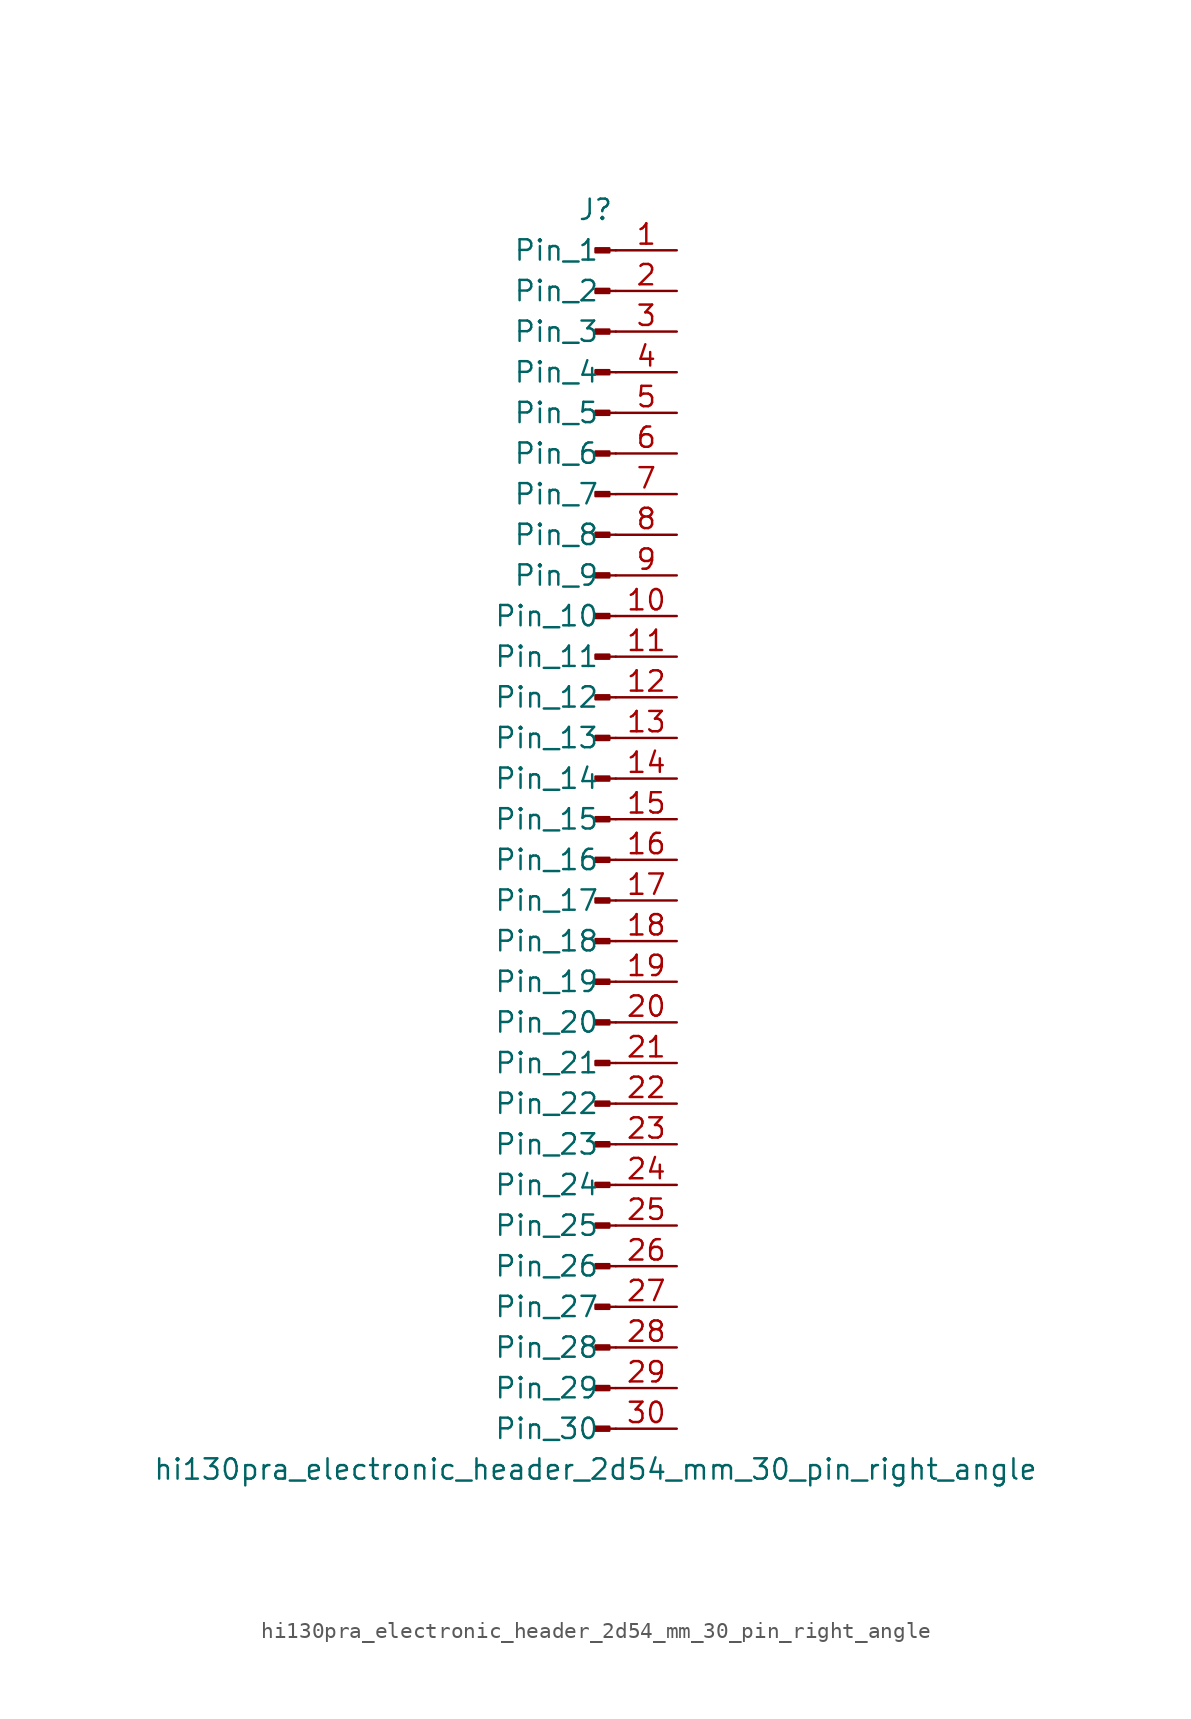
<source format=kicad_sym>
(kicad_symbol_lib
  (version 20220914)
  (generator kicad_symbol_editor)
  (symbol "hi130pra_electronic_header_2d54_mm_30_pin_right_angle"
    (pin_names
      (offset 1.016))
    (property "Reference" "J"
      (at 0 38.1 0)
      (effects (font (size 1.27 1.27))))
    (property "Value" "hi130pra_electronic_header_2d54_mm_30_pin_right_angle"
      (at 0 -40.64 0)
      (effects (font (size 1.27 1.27))))
    (property "ki_locked" ""
      (at 0 0 0)
      (effects (font (size 1.27 1.27))))
    (symbol "hi130pra_electronic_header_2d54_mm_30_pin_right_angle_1_1"
      (polyline (pts (xy 1.27 -38.1) (xy 0.864 -38.1)) (stroke (width 0.152) (type default)) (fill (type none)))
      (polyline (pts (xy 1.27 -35.56) (xy 0.864 -35.56)) (stroke (width 0.152) (type default)) (fill (type none)))
      (polyline (pts (xy 1.27 -33.02) (xy 0.864 -33.02)) (stroke (width 0.152) (type default)) (fill (type none)))
      (polyline (pts (xy 1.27 -30.48) (xy 0.864 -30.48)) (stroke (width 0.152) (type default)) (fill (type none)))
      (polyline (pts (xy 1.27 -27.94) (xy 0.864 -27.94)) (stroke (width 0.152) (type default)) (fill (type none)))
      (polyline (pts (xy 1.27 -25.4) (xy 0.864 -25.4)) (stroke (width 0.152) (type default)) (fill (type none)))
      (polyline (pts (xy 1.27 -22.86) (xy 0.864 -22.86)) (stroke (width 0.152) (type default)) (fill (type none)))
      (polyline (pts (xy 1.27 -20.32) (xy 0.864 -20.32)) (stroke (width 0.152) (type default)) (fill (type none)))
      (polyline (pts (xy 1.27 -17.78) (xy 0.864 -17.78)) (stroke (width 0.152) (type default)) (fill (type none)))
      (polyline (pts (xy 1.27 -15.24) (xy 0.864 -15.24)) (stroke (width 0.152) (type default)) (fill (type none)))
      (polyline (pts (xy 1.27 -12.7) (xy 0.864 -12.7)) (stroke (width 0.152) (type default)) (fill (type none)))
      (polyline (pts (xy 1.27 -10.16) (xy 0.864 -10.16)) (stroke (width 0.152) (type default)) (fill (type none)))
      (polyline (pts (xy 1.27 -7.62) (xy 0.864 -7.62)) (stroke (width 0.152) (type default)) (fill (type none)))
      (polyline (pts (xy 1.27 -5.08) (xy 0.864 -5.08)) (stroke (width 0.152) (type default)) (fill (type none)))
      (polyline (pts (xy 1.27 -2.54) (xy 0.864 -2.54)) (stroke (width 0.152) (type default)) (fill (type none)))
      (polyline (pts (xy 1.27 0) (xy 0.864 0)) (stroke (width 0.152) (type default)) (fill (type none)))
      (polyline (pts (xy 1.27 2.54) (xy 0.864 2.54)) (stroke (width 0.152) (type default)) (fill (type none)))
      (polyline (pts (xy 1.27 5.08) (xy 0.864 5.08)) (stroke (width 0.152) (type default)) (fill (type none)))
      (polyline (pts (xy 1.27 7.62) (xy 0.864 7.62)) (stroke (width 0.152) (type default)) (fill (type none)))
      (polyline (pts (xy 1.27 10.16) (xy 0.864 10.16)) (stroke (width 0.152) (type default)) (fill (type none)))
      (polyline (pts (xy 1.27 12.7) (xy 0.864 12.7)) (stroke (width 0.152) (type default)) (fill (type none)))
      (polyline (pts (xy 1.27 15.24) (xy 0.864 15.24)) (stroke (width 0.152) (type default)) (fill (type none)))
      (polyline (pts (xy 1.27 17.78) (xy 0.864 17.78)) (stroke (width 0.152) (type default)) (fill (type none)))
      (polyline (pts (xy 1.27 20.32) (xy 0.864 20.32)) (stroke (width 0.152) (type default)) (fill (type none)))
      (polyline (pts (xy 1.27 22.86) (xy 0.864 22.86)) (stroke (width 0.152) (type default)) (fill (type none)))
      (polyline (pts (xy 1.27 25.4) (xy 0.864 25.4)) (stroke (width 0.152) (type default)) (fill (type none)))
      (polyline (pts (xy 1.27 27.94) (xy 0.864 27.94)) (stroke (width 0.152) (type default)) (fill (type none)))
      (polyline (pts (xy 1.27 30.48) (xy 0.864 30.48)) (stroke (width 0.152) (type default)) (fill (type none)))
      (polyline (pts (xy 1.27 33.02) (xy 0.864 33.02)) (stroke (width 0.152) (type default)) (fill (type none)))
      (polyline (pts (xy 1.27 35.56) (xy 0.864 35.56)) (stroke (width 0.152) (type default)) (fill (type none)))
      (rectangle (start 0.864 -37.973) (end 0 -38.227) (stroke (width 0.152) (type default)) (fill (type outline)))
      (rectangle (start 0.864 -35.433) (end 0 -35.687) (stroke (width 0.152) (type default)) (fill (type outline)))
      (rectangle (start 0.864 -32.893) (end 0 -33.147) (stroke (width 0.152) (type default)) (fill (type outline)))
      (rectangle (start 0.864 -30.353) (end 0 -30.607) (stroke (width 0.152) (type default)) (fill (type outline)))
      (rectangle (start 0.864 -27.813) (end 0 -28.067) (stroke (width 0.152) (type default)) (fill (type outline)))
      (rectangle (start 0.864 -25.273) (end 0 -25.527) (stroke (width 0.152) (type default)) (fill (type outline)))
      (rectangle (start 0.864 -22.733) (end 0 -22.987) (stroke (width 0.152) (type default)) (fill (type outline)))
      (rectangle (start 0.864 -20.193) (end 0 -20.447) (stroke (width 0.152) (type default)) (fill (type outline)))
      (rectangle (start 0.864 -17.653) (end 0 -17.907) (stroke (width 0.152) (type default)) (fill (type outline)))
      (rectangle (start 0.864 -15.113) (end 0 -15.367) (stroke (width 0.152) (type default)) (fill (type outline)))
      (rectangle (start 0.864 -12.573) (end 0 -12.827) (stroke (width 0.152) (type default)) (fill (type outline)))
      (rectangle (start 0.864 -10.033) (end 0 -10.287) (stroke (width 0.152) (type default)) (fill (type outline)))
      (rectangle (start 0.864 -7.493) (end 0 -7.747) (stroke (width 0.152) (type default)) (fill (type outline)))
      (rectangle (start 0.864 -4.953) (end 0 -5.207) (stroke (width 0.152) (type default)) (fill (type outline)))
      (rectangle (start 0.864 -2.413) (end 0 -2.667) (stroke (width 0.152) (type default)) (fill (type outline)))
      (rectangle (start 0.864 0.127) (end 0 -0.127) (stroke (width 0.152) (type default)) (fill (type outline)))
      (rectangle (start 0.864 2.667) (end 0 2.413) (stroke (width 0.152) (type default)) (fill (type outline)))
      (rectangle (start 0.864 5.207) (end 0 4.953) (stroke (width 0.152) (type default)) (fill (type outline)))
      (rectangle (start 0.864 7.747) (end 0 7.493) (stroke (width 0.152) (type default)) (fill (type outline)))
      (rectangle (start 0.864 10.287) (end 0 10.033) (stroke (width 0.152) (type default)) (fill (type outline)))
      (rectangle (start 0.864 12.827) (end 0 12.573) (stroke (width 0.152) (type default)) (fill (type outline)))
      (rectangle (start 0.864 15.367) (end 0 15.113) (stroke (width 0.152) (type default)) (fill (type outline)))
      (rectangle (start 0.864 17.907) (end 0 17.653) (stroke (width 0.152) (type default)) (fill (type outline)))
      (rectangle (start 0.864 20.447) (end 0 20.193) (stroke (width 0.152) (type default)) (fill (type outline)))
      (rectangle (start 0.864 22.987) (end 0 22.733) (stroke (width 0.152) (type default)) (fill (type outline)))
      (rectangle (start 0.864 25.527) (end 0 25.273) (stroke (width 0.152) (type default)) (fill (type outline)))
      (rectangle (start 0.864 28.067) (end 0 27.813) (stroke (width 0.152) (type default)) (fill (type outline)))
      (rectangle (start 0.864 30.607) (end 0 30.353) (stroke (width 0.152) (type default)) (fill (type outline)))
      (rectangle (start 0.864 33.147) (end 0 32.893) (stroke (width 0.152) (type default)) (fill (type outline)))
      (rectangle (start 0.864 35.687) (end 0 35.433) (stroke (width 0.152) (type default)) (fill (type outline)))
      (pin passive line (at 5.08 35.56 180) (length 3.81) (name "Pin_1" (effects (font (size 1.27 1.27)))) (number "1" (effects (font (size 1.27 1.27)))))
      (pin passive line (at 5.08 12.7 180) (length 3.81) (name "Pin_10" (effects (font (size 1.27 1.27)))) (number "10" (effects (font (size 1.27 1.27)))))
      (pin passive line (at 5.08 10.16 180) (length 3.81) (name "Pin_11" (effects (font (size 1.27 1.27)))) (number "11" (effects (font (size 1.27 1.27)))))
      (pin passive line (at 5.08 7.62 180) (length 3.81) (name "Pin_12" (effects (font (size 1.27 1.27)))) (number "12" (effects (font (size 1.27 1.27)))))
      (pin passive line (at 5.08 5.08 180) (length 3.81) (name "Pin_13" (effects (font (size 1.27 1.27)))) (number "13" (effects (font (size 1.27 1.27)))))
      (pin passive line (at 5.08 2.54 180) (length 3.81) (name "Pin_14" (effects (font (size 1.27 1.27)))) (number "14" (effects (font (size 1.27 1.27)))))
      (pin passive line (at 5.08 0 180) (length 3.81) (name "Pin_15" (effects (font (size 1.27 1.27)))) (number "15" (effects (font (size 1.27 1.27)))))
      (pin passive line (at 5.08 -2.54 180) (length 3.81) (name "Pin_16" (effects (font (size 1.27 1.27)))) (number "16" (effects (font (size 1.27 1.27)))))
      (pin passive line (at 5.08 -5.08 180) (length 3.81) (name "Pin_17" (effects (font (size 1.27 1.27)))) (number "17" (effects (font (size 1.27 1.27)))))
      (pin passive line (at 5.08 -7.62 180) (length 3.81) (name "Pin_18" (effects (font (size 1.27 1.27)))) (number "18" (effects (font (size 1.27 1.27)))))
      (pin passive line (at 5.08 -10.16 180) (length 3.81) (name "Pin_19" (effects (font (size 1.27 1.27)))) (number "19" (effects (font (size 1.27 1.27)))))
      (pin passive line (at 5.08 33.02 180) (length 3.81) (name "Pin_2" (effects (font (size 1.27 1.27)))) (number "2" (effects (font (size 1.27 1.27)))))
      (pin passive line (at 5.08 -12.7 180) (length 3.81) (name "Pin_20" (effects (font (size 1.27 1.27)))) (number "20" (effects (font (size 1.27 1.27)))))
      (pin passive line (at 5.08 -15.24 180) (length 3.81) (name "Pin_21" (effects (font (size 1.27 1.27)))) (number "21" (effects (font (size 1.27 1.27)))))
      (pin passive line (at 5.08 -17.78 180) (length 3.81) (name "Pin_22" (effects (font (size 1.27 1.27)))) (number "22" (effects (font (size 1.27 1.27)))))
      (pin passive line (at 5.08 -20.32 180) (length 3.81) (name "Pin_23" (effects (font (size 1.27 1.27)))) (number "23" (effects (font (size 1.27 1.27)))))
      (pin passive line (at 5.08 -22.86 180) (length 3.81) (name "Pin_24" (effects (font (size 1.27 1.27)))) (number "24" (effects (font (size 1.27 1.27)))))
      (pin passive line (at 5.08 -25.4 180) (length 3.81) (name "Pin_25" (effects (font (size 1.27 1.27)))) (number "25" (effects (font (size 1.27 1.27)))))
      (pin passive line (at 5.08 -27.94 180) (length 3.81) (name "Pin_26" (effects (font (size 1.27 1.27)))) (number "26" (effects (font (size 1.27 1.27)))))
      (pin passive line (at 5.08 -30.48 180) (length 3.81) (name "Pin_27" (effects (font (size 1.27 1.27)))) (number "27" (effects (font (size 1.27 1.27)))))
      (pin passive line (at 5.08 -33.02 180) (length 3.81) (name "Pin_28" (effects (font (size 1.27 1.27)))) (number "28" (effects (font (size 1.27 1.27)))))
      (pin passive line (at 5.08 -35.56 180) (length 3.81) (name "Pin_29" (effects (font (size 1.27 1.27)))) (number "29" (effects (font (size 1.27 1.27)))))
      (pin passive line (at 5.08 30.48 180) (length 3.81) (name "Pin_3" (effects (font (size 1.27 1.27)))) (number "3" (effects (font (size 1.27 1.27)))))
      (pin passive line (at 5.08 -38.1 180) (length 3.81) (name "Pin_30" (effects (font (size 1.27 1.27)))) (number "30" (effects (font (size 1.27 1.27)))))
      (pin passive line (at 5.08 27.94 180) (length 3.81) (name "Pin_4" (effects (font (size 1.27 1.27)))) (number "4" (effects (font (size 1.27 1.27)))))
      (pin passive line (at 5.08 25.4 180) (length 3.81) (name "Pin_5" (effects (font (size 1.27 1.27)))) (number "5" (effects (font (size 1.27 1.27)))))
      (pin passive line (at 5.08 22.86 180) (length 3.81) (name "Pin_6" (effects (font (size 1.27 1.27)))) (number "6" (effects (font (size 1.27 1.27)))))
      (pin passive line (at 5.08 20.32 180) (length 3.81) (name "Pin_7" (effects (font (size 1.27 1.27)))) (number "7" (effects (font (size 1.27 1.27)))))
      (pin passive line (at 5.08 17.78 180) (length 3.81) (name "Pin_8" (effects (font (size 1.27 1.27)))) (number "8" (effects (font (size 1.27 1.27)))))
      (pin passive line (at 5.08 15.24 180) (length 3.81) (name "Pin_9" (effects (font (size 1.27 1.27)))) (number "9" (effects (font (size 1.27 1.27))))))))
</source>
